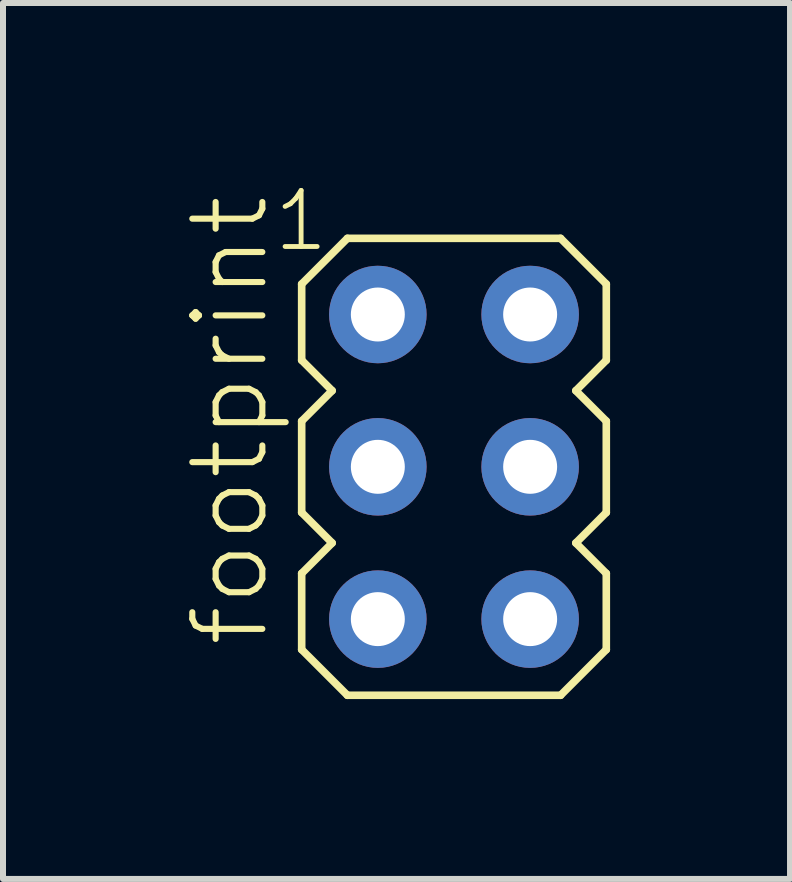
<source format=kicad_pcb>
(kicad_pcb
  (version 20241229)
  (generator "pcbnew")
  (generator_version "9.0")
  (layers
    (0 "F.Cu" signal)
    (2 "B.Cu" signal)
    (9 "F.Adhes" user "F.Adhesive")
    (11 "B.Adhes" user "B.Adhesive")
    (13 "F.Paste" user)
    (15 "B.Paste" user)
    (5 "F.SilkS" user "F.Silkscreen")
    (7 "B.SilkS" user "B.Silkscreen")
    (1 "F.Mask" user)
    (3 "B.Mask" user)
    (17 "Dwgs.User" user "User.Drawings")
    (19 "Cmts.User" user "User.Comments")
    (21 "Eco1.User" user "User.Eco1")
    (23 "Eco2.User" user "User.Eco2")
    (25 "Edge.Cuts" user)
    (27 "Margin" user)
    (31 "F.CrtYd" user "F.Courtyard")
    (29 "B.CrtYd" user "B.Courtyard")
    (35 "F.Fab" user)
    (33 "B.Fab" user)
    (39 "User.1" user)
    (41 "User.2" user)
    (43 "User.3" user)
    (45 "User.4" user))
  (footprint "footprint"
    (layer "F.Cu")
    (at 4.521 4.735)
    (property "Reference" "footprint" (at -3.048 3.048 90) (layer "F.SilkS") (effects (font (size 1.168 1.168) (thickness 0.102)) (justify left bottom)))
    (fp_line (start -2.54 -3.048) (end -1.778 -3.81) (stroke (width 0.127) (type solid)) (layer "F.SilkS"))
    (fp_line (start -2.54 -1.778) (end -2.54 -3.048) (stroke (width 0.127) (type solid)) (layer "F.SilkS"))
    (fp_line (start -2.54 -0.762) (end -2.032 -1.27) (stroke (width 0.127) (type solid)) (layer "F.SilkS"))
    (fp_line (start -2.54 0.762) (end -2.54 -0.762) (stroke (width 0.127) (type solid)) (layer "F.SilkS"))
    (fp_line (start -2.54 1.778) (end -2.032 1.27) (stroke (width 0.127) (type solid)) (layer "F.SilkS"))
    (fp_line (start -2.54 3.048) (end -2.54 1.778) (stroke (width 0.127) (type solid)) (layer "F.SilkS"))
    (fp_line (start -2.032 -1.27) (end -2.54 -1.778) (stroke (width 0.127) (type solid)) (layer "F.SilkS"))
    (fp_line (start -2.032 1.27) (end -2.54 0.762) (stroke (width 0.127) (type solid)) (layer "F.SilkS"))
    (fp_line (start -1.778 -3.81) (end 1.778 -3.81) (stroke (width 0.127) (type solid)) (layer "F.SilkS"))
    (fp_line (start -1.778 3.81) (end -2.54 3.048) (stroke (width 0.127) (type solid)) (layer "F.SilkS"))
    (fp_line (start 1.778 -3.81) (end 2.54 -3.048) (stroke (width 0.127) (type solid)) (layer "F.SilkS"))
    (fp_line (start 1.778 3.81) (end -1.778 3.81) (stroke (width 0.127) (type solid)) (layer "F.SilkS"))
    (fp_line (start 2.032 -1.27) (end 2.54 -0.762) (stroke (width 0.127) (type solid)) (layer "F.SilkS"))
    (fp_line (start 2.032 1.27) (end 2.54 1.778) (stroke (width 0.127) (type solid)) (layer "F.SilkS"))
    (fp_line (start 2.54 -3.048) (end 2.54 -1.778) (stroke (width 0.127) (type solid)) (layer "F.SilkS"))
    (fp_line (start 2.54 -1.778) (end 2.032 -1.27) (stroke (width 0.127) (type solid)) (layer "F.SilkS"))
    (fp_line (start 2.54 -0.762) (end 2.54 0.762) (stroke (width 0.127) (type solid)) (layer "F.SilkS"))
    (fp_line (start 2.54 0.762) (end 2.032 1.27) (stroke (width 0.127) (type solid)) (layer "F.SilkS"))
    (fp_line (start 2.54 1.778) (end 2.54 3.048) (stroke (width 0.127) (type solid)) (layer "F.SilkS"))
    (fp_line (start 2.54 3.048) (end 1.778 3.81) (stroke (width 0.127) (type solid)) (layer "F.SilkS"))
    (fp_text user "1" (at -3.048 -3.556 0) (layer "F.SilkS") (effects (font (size 0.935 0.935) (thickness 0.081)) (justify left bottom)))
    (pad "1" thru_hole circle (at -1.27 -2.54) (size 1.626 1.626) (drill 0.9) (layers "*.Cu" "*.Mask"))
    (pad "2" thru_hole circle (at 1.27 -2.54) (size 1.626 1.626) (drill 0.9) (layers "*.Cu" "*.Mask"))
    (pad "3" thru_hole circle (at -1.27 0) (size 1.626 1.626) (drill 0.9) (layers "*.Cu" "*.Mask"))
    (pad "4" thru_hole circle (at 1.27 0) (size 1.626 1.626) (drill 0.9) (layers "*.Cu" "*.Mask"))
    (pad "5" thru_hole circle (at -1.27 2.54) (size 1.626 1.626) (drill 0.9) (layers "*.Cu" "*.Mask"))
    (pad "6" thru_hole circle (at 1.27 2.54) (size 1.626 1.626) (drill 0.9) (layers "*.Cu" "*.Mask")))
  (gr_rect
    (start -3 -3)
    (end 10.125 11.608)
    (stroke (width 0.1) (type default))
    (fill no)
    (layer "Edge.Cuts")))
</source>
